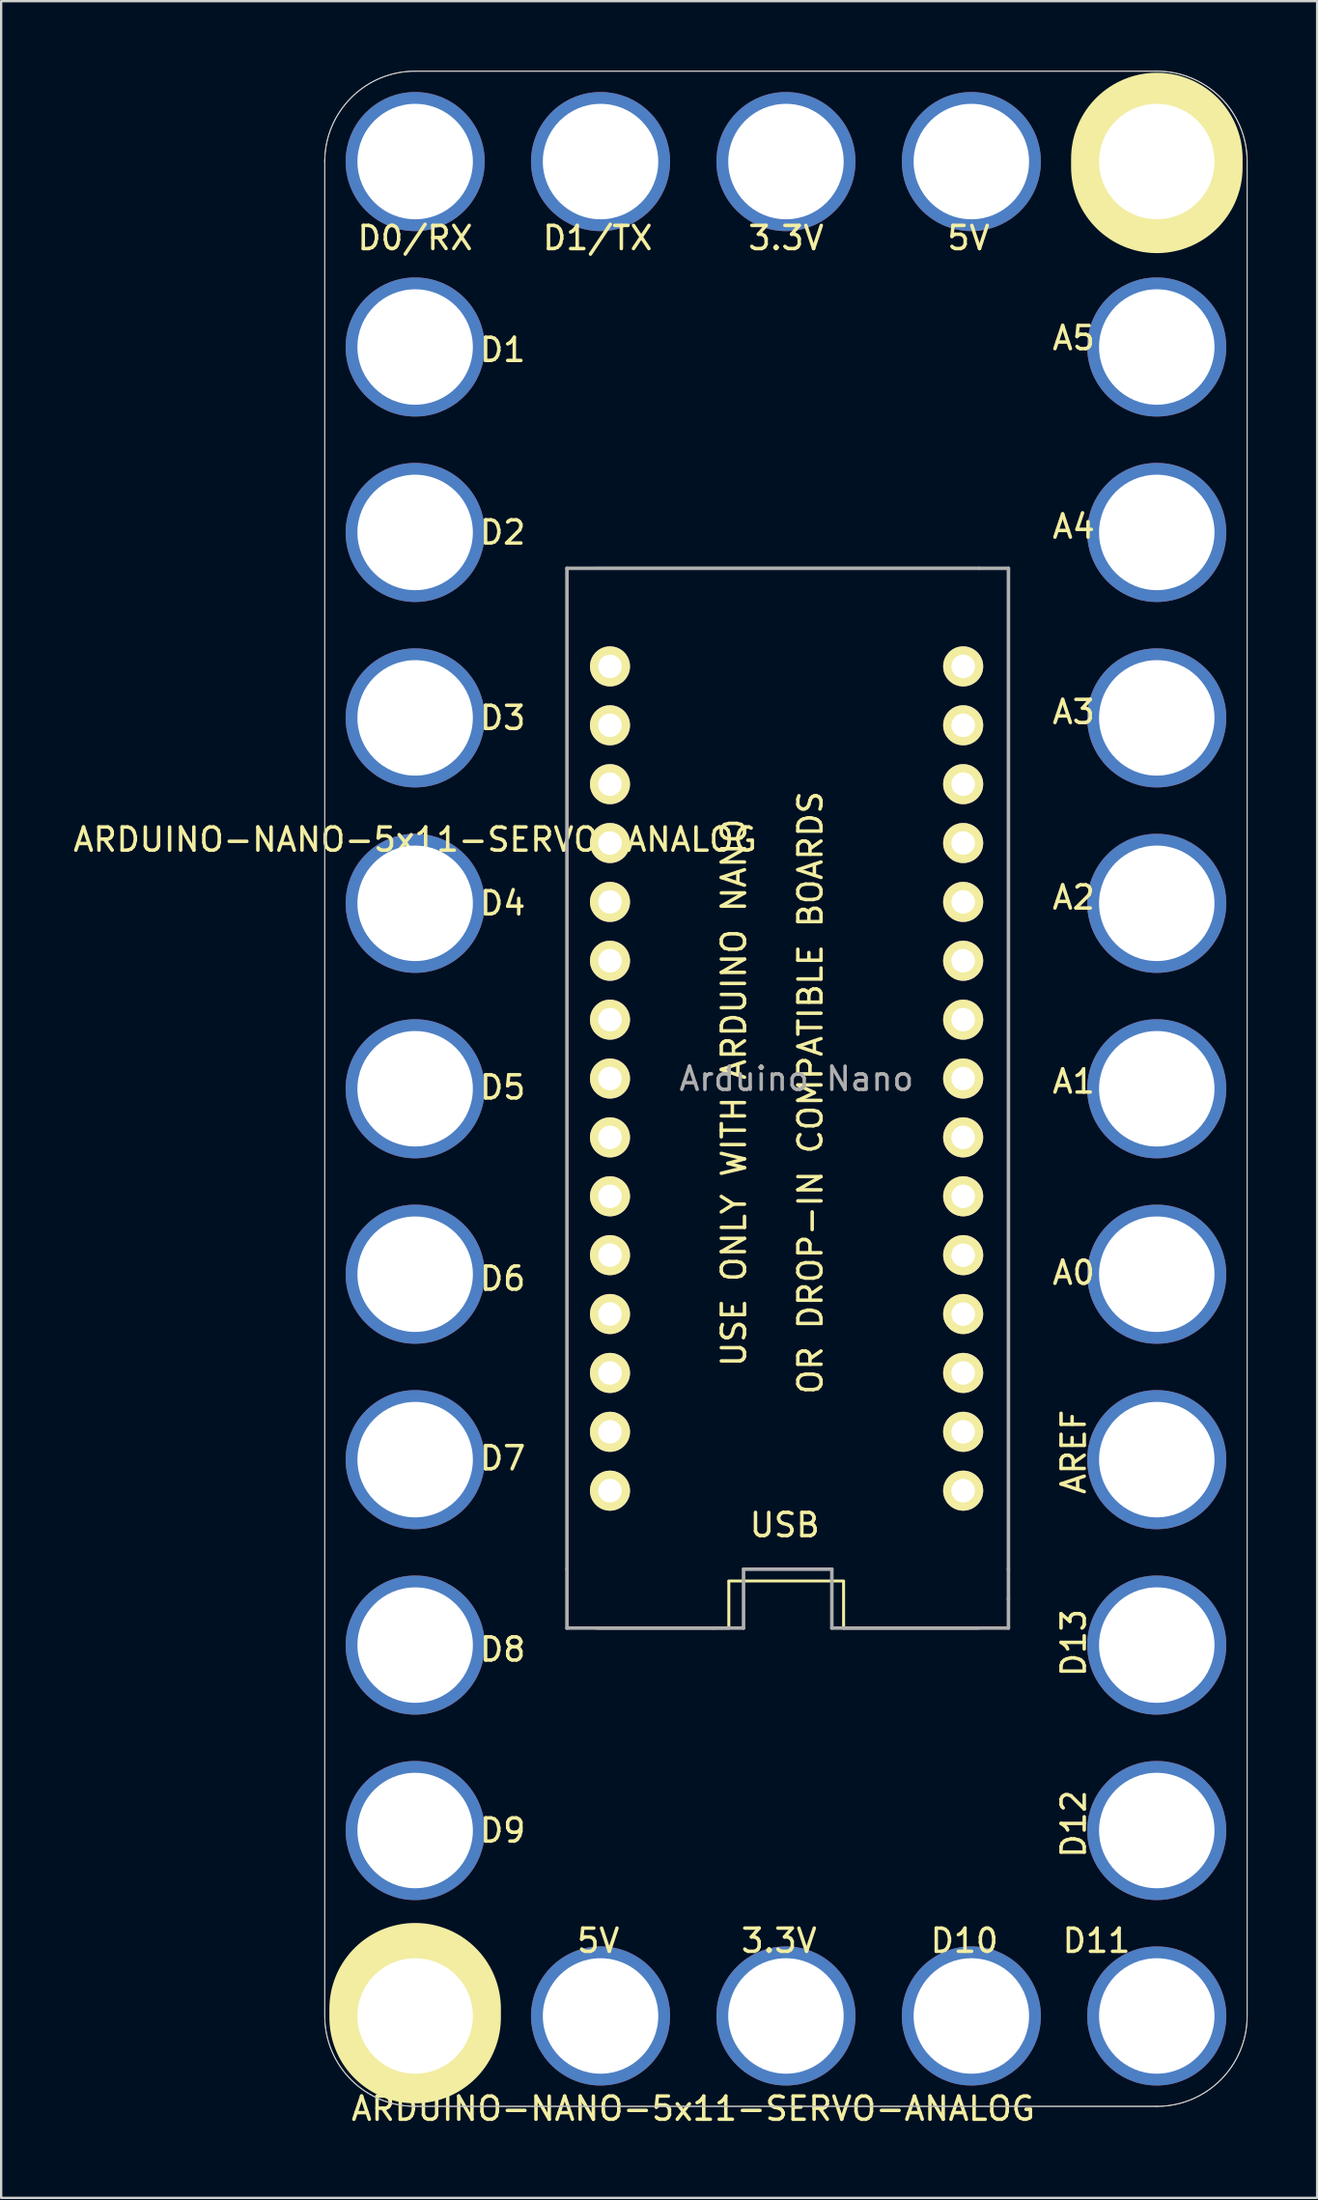
<source format=kicad_pcb>
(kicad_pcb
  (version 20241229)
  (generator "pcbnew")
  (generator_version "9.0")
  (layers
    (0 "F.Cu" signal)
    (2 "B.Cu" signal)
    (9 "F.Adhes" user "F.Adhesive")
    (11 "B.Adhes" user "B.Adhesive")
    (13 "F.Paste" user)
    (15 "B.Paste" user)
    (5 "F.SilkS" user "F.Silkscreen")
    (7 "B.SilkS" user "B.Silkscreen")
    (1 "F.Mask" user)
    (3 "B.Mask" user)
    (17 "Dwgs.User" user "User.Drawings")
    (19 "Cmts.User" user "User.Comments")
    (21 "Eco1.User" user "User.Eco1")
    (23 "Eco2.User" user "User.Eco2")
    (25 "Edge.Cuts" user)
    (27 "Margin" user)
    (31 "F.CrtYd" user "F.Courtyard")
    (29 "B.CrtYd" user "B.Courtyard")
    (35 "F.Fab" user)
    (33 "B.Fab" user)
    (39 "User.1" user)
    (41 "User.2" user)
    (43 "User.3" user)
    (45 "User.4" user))
  (footprint "ARDUINO-NANO-5x11-SERVO-ANALOG"
    (layer "F.Cu")
    (at 14.863 35.92)
    (property "Reference" "ARDUINO-NANO-5x11-SERVO-ANALOG" (at 12 52 0) (layer "F.SilkS") (effects (font (size 1 1) (thickness 0.15))))
    (attr through_hole)
    (fp_line (start 0 47.688) (end 0 48.069) (stroke (width 7.4) (type solid)) (layer "F.SilkS"))
    (fp_line (start 7.787 -14.454) (end 24.203 -14.454) (stroke (width 0.127) (type solid)) (layer "F.SilkS"))
    (fp_line (start 7.82 31.266) (end 13.535 31.266) (stroke (width 0.127) (type solid)) (layer "F.SilkS"))
    (fp_line (start 13.535 31.259) (end 13.535 29.259) (stroke (width 0.127) (type solid)) (layer "F.SilkS"))
    (fp_line (start 18.488 29.234) (end 13.535 29.234) (stroke (width 0.127) (type solid)) (layer "F.SilkS"))
    (fp_line (start 18.488 31.266) (end 18.487 29.259) (stroke (width 0.127) (type solid)) (layer "F.SilkS"))
    (fp_line (start 18.488 31.266) (end 24.33 31.266) (stroke (width 0.127) (type solid)) (layer "F.SilkS"))
    (fp_line (start 32.004 -32.131) (end 32.004 -31.75) (stroke (width 7.4) (type solid)) (layer "F.SilkS"))
    (fp_line (start -3.9 -32.1) (end -3.9 48) (stroke (width 0.041) (type solid)) (layer "Edge.Cuts"))
    (fp_line (start 0 51.9) (end 32 51.9) (stroke (width 0.041) (type solid)) (layer "Edge.Cuts"))
    (fp_line (start 32 -35.9) (end 0 -35.9) (stroke (width 0.041) (type solid)) (layer "Edge.Cuts"))
    (fp_line (start 35.9 48) (end 35.9 -32) (stroke (width 0.041) (type solid)) (layer "Edge.Cuts"))
    (fp_arc (start -3.9 -32) (mid -2.757716 -34.757716) (end 0 -35.9) (stroke (width 0.04064) (type solid)) (layer "Edge.Cuts"))
    (fp_arc (start 0 51.9) (mid -2.755309 50.760122) (end -3.899994 48.006807) (stroke (width 0.04064) (type solid)) (layer "Edge.Cuts"))
    (fp_arc (start 32 -35.9) (mid 34.755309 -34.760122) (end 35.899994 -32.006807) (stroke (width 0.04064) (type solid)) (layer "Edge.Cuts"))
    (fp_arc (start 35.9 48) (mid 34.757716 50.757716) (end 32 51.9) (stroke (width 0.04064) (type solid)) (layer "Edge.Cuts"))
    (fp_line (start -3.9 -32) (end -3.9 48) (stroke (width 0.041) (type solid)) (layer "F.Fab"))
    (fp_line (start 0 51.9) (end 32 51.9) (stroke (width 0.041) (type solid)) (layer "F.Fab"))
    (fp_line (start 6.55 -14.454) (end 6.55 28.726) (stroke (width 0.152) (type solid)) (layer "F.Fab"))
    (fp_line (start 6.55 31.266) (end 6.55 28.726) (stroke (width 0.152) (type solid)) (layer "F.Fab"))
    (fp_line (start 12.9 31.266) (end 6.55 31.266) (stroke (width 0.152) (type solid)) (layer "F.Fab"))
    (fp_line (start 12.9 31.266) (end 14.17 31.266) (stroke (width 0.152) (type solid)) (layer "F.Fab"))
    (fp_line (start 14.17 28.726) (end 14.17 31.266) (stroke (width 0.152) (type solid)) (layer "F.Fab"))
    (fp_line (start 17.98 28.726) (end 14.17 28.726) (stroke (width 0.152) (type solid)) (layer "F.Fab"))
    (fp_line (start 17.98 31.266) (end 17.98 28.726) (stroke (width 0.152) (type solid)) (layer "F.Fab"))
    (fp_line (start 24.33 -14.454) (end 6.55 -14.454) (stroke (width 0.152) (type solid)) (layer "F.Fab"))
    (fp_line (start 24.33 -14.454) (end 25.6 -14.454) (stroke (width 0.152) (type solid)) (layer "F.Fab"))
    (fp_line (start 25.6 28.726) (end 25.6 -14.454) (stroke (width 0.152) (type solid)) (layer "F.Fab"))
    (fp_line (start 25.6 28.726) (end 25.6 29.996) (stroke (width 0.152) (type solid)) (layer "F.Fab"))
    (fp_line (start 25.6 29.996) (end 25.6 31.266) (stroke (width 0.152) (type solid)) (layer "F.Fab"))
    (fp_line (start 25.6 31.266) (end 17.98 31.266) (stroke (width 0.152) (type solid)) (layer "F.Fab"))
    (fp_line (start 32 -35.9) (end 0 -35.9) (stroke (width 0.041) (type solid)) (layer "F.Fab"))
    (fp_line (start 35.9 48) (end 35.9 -32) (stroke (width 0.041) (type solid)) (layer "F.Fab"))
    (fp_arc (start -3.9 -32) (mid -2.757716 -34.757716) (end 0 -35.9) (stroke (width 0.04064) (type solid)) (layer "F.Fab"))
    (fp_arc (start 0 51.9) (mid -2.755309 50.760122) (end -3.899994 48.006807) (stroke (width 0.04064) (type solid)) (layer "F.Fab"))
    (fp_arc (start 32 -35.9) (mid 34.755309 -34.760122) (end 35.899994 -32.006807) (stroke (width 0.04064) (type solid)) (layer "F.Fab"))
    (fp_arc (start 35.9 48) (mid 34.757716 50.757716) (end 32 51.9) (stroke (width 0.04064) (type solid)) (layer "F.Fab"))
    (fp_text user "A5" (at 28.416 -24.384 180) (layer "F.SilkS") (effects (font (size 1 1) (thickness 0.15))))
    (fp_text user "A3" (at 28.416 -8.254 180) (layer "F.SilkS") (effects (font (size 1 1) (thickness 0.15))))
    (fp_text user "D3" (at 3.778 -8 0) (layer "F.SilkS") (effects (font (size 1 1) (thickness 0.15))))
    (fp_text user "5V" (at 23.876 -28.702 0) (layer "F.SilkS") (effects (font (size 1 1) (thickness 0.15))))
    (fp_text user "3.3V" (at 15.7 44.754 0) (layer "F.SilkS") (effects (font (size 1 1) (thickness 0.15))))
    (fp_text user "D5" (at 3.778 7.94 0) (layer "F.SilkS") (effects (font (size 1 1) (thickness 0.15))))
    (fp_text user "D1" (at 3.778 -23.876 180) (layer "F.SilkS") (effects (font (size 1 1) (thickness 0.15))))
    (fp_text user "D1/TX" (at 7.874 -28.702 0) (layer "F.SilkS") (effects (font (size 1 1) (thickness 0.15))))
    (fp_text user "D0/RX" (at 0 -28.702 0) (layer "F.SilkS") (effects (font (size 1 1) (thickness 0.15))))
    (fp_text user "D4" (at 3.778 0 0) (layer "F.SilkS") (effects (font (size 1 1) (thickness 0.15))))
    (fp_text user "D11" (at 29.4 44.754 0) (layer "F.SilkS") (effects (font (size 1 1) (thickness 0.15))))
    (fp_text user "OR DROP-IN COMPATIBLE BOARDS" (at 17.058 8.169 90) (layer "F.SilkS") (effects (font (size 1 1) (thickness 0.15))))
    (fp_text user "A0" (at 28.416 15.936 180) (layer "F.SilkS") (effects (font (size 1 1) (thickness 0.15))))
    (fp_text user "USB" (at 15.948 26.821 0) (layer "F.SilkS") (effects (font (size 1 1) (thickness 0.15))))
    (fp_text user "D9" (at 3.778 40 0) (layer "F.SilkS") (effects (font (size 1 1) (thickness 0.15))))
    (fp_text user "D8" (at 3.778 32.19 0) (layer "F.SilkS") (effects (font (size 1 1) (thickness 0.15))))
    (fp_text user "A2" (at 28.416 -0.254 180) (layer "F.SilkS") (effects (font (size 1 1) (thickness 0.15))))
    (fp_text user "D6" (at 3.778 16.19 0) (layer "F.SilkS") (effects (font (size 1 1) (thickness 0.15))))
    (fp_text user "USE ONLY WITH ARDUINO NANO" (at 13.756 8.169 90) (layer "F.SilkS") (effects (font (size 1 1) (thickness 0.15))))
    (fp_text user "D12" (at 28.416 39.716 90) (layer "F.SilkS") (effects (font (size 1 1) (thickness 0.15))))
    (fp_text user "AREF" (at 28.416 23.666 270) (layer "F.SilkS") (effects (font (size 1 1) (thickness 0.15))))
    (fp_text user "D13" (at 28.416 31.906 270) (layer "F.SilkS") (effects (font (size 1 1) (thickness 0.15))))
    (fp_text user "3.3V" (at 16.002 -28.702 0) (layer "F.SilkS") (effects (font (size 1 1) (thickness 0.15))))
    (fp_text user "${REFERENCE}" (at 0 -2.75 0) (layer "F.SilkS") (effects (font (size 1 1) (thickness 0.15))))
    (fp_text user "5V" (at 7.9 44.754 0) (layer "F.SilkS") (effects (font (size 1 1) (thickness 0.15))))
    (fp_text user "D2" (at 3.778 -16 0) (layer "F.SilkS") (effects (font (size 1 1) (thickness 0.15))))
    (fp_text user "D10" (at 23.7 44.754 0) (layer "F.SilkS") (effects (font (size 1 1) (thickness 0.15))))
    (fp_text user "D7" (at 3.778 23.94 0) (layer "F.SilkS") (effects (font (size 1 1) (thickness 0.15))))
    (fp_text user "A1" (at 28.416 7.686 0) (layer "F.SilkS") (effects (font (size 1 1) (thickness 0.15))))
    (fp_text user "A4" (at 28.416 -16.254 0) (layer "F.SilkS") (effects (font (size 1 1) (thickness 0.15))))
    (fp_text user "Arduino Nano" (at 16.456 7.569 0) (layer "F.Fab") (effects (font (size 1 1) (thickness 0.15))))
    (pad "3V" thru_hole circle (at 16 -32 90) (size 6 6) (drill 4.98) (layers "*.Cu" "B.Mask"))
    (pad "3V" thru_hole circle (at 16 48 90) (size 6 6) (drill 4.98) (layers "*.Cu" "B.Mask"))
    (pad "3V" thru_hole circle (at 23.647 22.799 180) (size 1.727 1.727) (drill 1.016) (layers "*.Cu" "*.Mask" "F.SilkS"))
    (pad "5V" thru_hole circle (at 8 48 90) (size 6 6) (drill 4.98) (layers "*.Cu" "B.Mask"))
    (pad "5V" thru_hole circle (at 23.647 -2.602 180) (size 1.727 1.727) (drill 1.016) (layers "*.Cu" "*.Mask" "F.SilkS"))
    (pad "5V" thru_hole circle (at 24 -32 90) (size 6 6) (drill 4.98) (layers "*.Cu" "B.Mask"))
    (pad "A0" thru_hole circle (at 23.647 17.718 180) (size 1.727 1.727) (drill 1.016) (layers "*.Cu" "*.Mask" "F.SilkS"))
    (pad "A0" thru_hole circle (at 32 16 90) (size 6 6) (drill 4.98) (layers "*.Cu" "B.Mask"))
    (pad "A1" thru_hole circle (at 23.647 15.178 180) (size 1.727 1.727) (drill 1.016) (layers "*.Cu" "*.Mask" "F.SilkS"))
    (pad "A1" thru_hole circle (at 32 8 90) (size 6 6) (drill 4.98) (layers "*.Cu" "B.Mask"))
    (pad "A2" thru_hole circle (at 23.647 12.639 180) (size 1.727 1.727) (drill 1.016) (layers "*.Cu" "*.Mask" "F.SilkS"))
    (pad "A2" thru_hole circle (at 32 0 90) (size 6 6) (drill 4.98) (layers "*.Cu" "B.Mask"))
    (pad "A3" thru_hole circle (at 23.647 10.098 180) (size 1.727 1.727) (drill 1.016) (layers "*.Cu" "*.Mask" "F.SilkS"))
    (pad "A3" thru_hole circle (at 32 -8 90) (size 6 6) (drill 4.98) (layers "*.Cu" "B.Mask"))
    (pad "A4" thru_hole circle (at 23.647 7.559 180) (size 1.727 1.727) (drill 1.016) (layers "*.Cu" "*.Mask" "F.SilkS"))
    (pad "A4" thru_hole circle (at 32 -16 90) (size 6 6) (drill 4.98) (layers "*.Cu" "B.Mask"))
    (pad "A5" thru_hole circle (at 23.647 5.019 180) (size 1.727 1.727) (drill 1.016) (layers "*.Cu" "*.Mask" "F.SilkS"))
    (pad "A5" thru_hole circle (at 32 -24 90) (size 6 6) (drill 4.98) (layers "*.Cu" "B.Mask"))
    (pad "A6" thru_hole circle (at 23.647 2.478 180) (size 1.727 1.727) (drill 1.016) (layers "*.Cu" "*.Mask" "F.SilkS"))
    (pad "A7" thru_hole circle (at 23.647 -0.061 180) (size 1.727 1.727) (drill 1.016) (layers "*.Cu" "*.Mask" "F.SilkS"))
    (pad "D2" thru_hole circle (at 0 -16 90) (size 6 6) (drill 4.98) (layers "*.Cu" "B.Mask"))
    (pad "D2" thru_hole circle (at 8.407 -0.061 180) (size 1.727 1.727) (drill 1.016) (layers "*.Cu" "*.Mask" "F.SilkS"))
    (pad "D3" thru_hole circle (at 0 -8 90) (size 6 6) (drill 4.98) (layers "*.Cu" "B.Mask"))
    (pad "D3" thru_hole circle (at 8.407 2.478 180) (size 1.727 1.727) (drill 1.016) (layers "*.Cu" "*.Mask" "F.SilkS"))
    (pad "D4" thru_hole circle (at 0.001 0 90) (size 6 6) (drill 4.98) (layers "*.Cu" "B.Mask"))
    (pad "D4" thru_hole circle (at 8.407 5.019 180) (size 1.727 1.727) (drill 1.016) (layers "*.Cu" "*.Mask" "F.SilkS"))
    (pad "D5" thru_hole circle (at 0 8 90) (size 6 6) (drill 4.98) (layers "*.Cu" "B.Mask"))
    (pad "D5" thru_hole circle (at 8.407 7.559 180) (size 1.727 1.727) (drill 1.016) (layers "*.Cu" "*.Mask" "F.SilkS"))
    (pad "D6" thru_hole circle (at 0.001 16 90) (size 6 6) (drill 4.98) (layers "*.Cu" "B.Mask"))
    (pad "D6" thru_hole circle (at 8.407 10.098 180) (size 1.727 1.727) (drill 1.016) (layers "*.Cu" "*.Mask" "F.SilkS"))
    (pad "D7" thru_hole circle (at 0.001 24 90) (size 6 6) (drill 4.98) (layers "*.Cu" "B.Mask"))
    (pad "D7" thru_hole circle (at 8.407 12.639 180) (size 1.727 1.727) (drill 1.016) (layers "*.Cu" "*.Mask" "F.SilkS"))
    (pad "D8" thru_hole circle (at 0.001 32 90) (size 6 6) (drill 4.98) (layers "*.Cu" "B.Mask"))
    (pad "D8" thru_hole circle (at 8.407 15.178 180) (size 1.727 1.727) (drill 1.016) (layers "*.Cu" "*.Mask" "F.SilkS"))
    (pad "D9" thru_hole circle (at 0.001 40 90) (size 6 6) (drill 4.98) (layers "*.Cu" "B.Mask"))
    (pad "D9" thru_hole circle (at 8.407 17.718 180) (size 1.727 1.727) (drill 1.016) (layers "*.Cu" "*.Mask" "F.SilkS"))
    (pad "D10" thru_hole circle (at 8.407 20.259 180) (size 1.727 1.727) (drill 1.016) (layers "*.Cu" "*.Mask" "F.SilkS"))
    (pad "D10" thru_hole circle (at 24 48 90) (size 6 6) (drill 4.98) (layers "*.Cu" "B.Mask"))
    (pad "D11" thru_hole circle (at 8.407 22.799 180) (size 1.727 1.727) (drill 1.016) (layers "*.Cu" "*.Mask" "F.SilkS"))
    (pad "D11" thru_hole circle (at 32 48 90) (size 6 6) (drill 4.98) (layers "*.Cu" "B.Mask"))
    (pad "D12" thru_hole circle (at 8.407 25.338 180) (size 1.727 1.727) (drill 1.016) (layers "*.Cu" "*.Mask" "F.SilkS"))
    (pad "D12" thru_hole circle (at 32 40 90) (size 6 6) (drill 4.98) (layers "*.Cu" "B.Mask"))
    (pad "D13" thru_hole circle (at 23.647 25.338 180) (size 1.727 1.727) (drill 1.016) (layers "*.Cu" "*.Mask" "F.SilkS"))
    (pad "D13" thru_hole circle (at 32 32 90) (size 6 6) (drill 4.98) (layers "*.Cu" "B.Mask"))
    (pad "GND" thru_hole circle (at 0.001 48 90) (size 6 6) (drill 4.98) (layers "*.Cu" "B.Mask"))
    (pad "GND" thru_hole circle (at 8.407 -2.602 180) (size 1.727 1.727) (drill 1.016) (layers "*.Cu" "*.Mask" "F.SilkS"))
    (pad "GND" thru_hole circle (at 23.647 -7.681 180) (size 1.727 1.727) (drill 1.016) (layers "*.Cu" "*.Mask" "F.SilkS"))
    (pad "GND" thru_hole circle (at 32 -32 90) (size 6 6) (drill 4.98) (layers "*.Cu" "B.Mask"))
    (pad "REF" thru_hole circle (at 23.647 20.259 180) (size 1.727 1.727) (drill 1.016) (layers "*.Cu" "*.Mask" "F.SilkS"))
    (pad "REF" thru_hole circle (at 32 24 90) (size 6 6) (drill 4.98) (layers "*.Cu" "B.Mask"))
    (pad "RST" thru_hole circle (at 8 -32 90) (size 6 6) (drill 4.98) (layers "*.Cu" "B.Mask"))
    (pad "RST" thru_hole circle (at 8.407 -5.141 180) (size 1.727 1.727) (drill 1.016) (layers "*.Cu" "*.Mask" "F.SilkS"))
    (pad "RST" thru_hole circle (at 23.647 -5.141 180) (size 1.727 1.727) (drill 1.016) (layers "*.Cu" "*.Mask" "F.SilkS"))
    (pad "RX0" thru_hole circle (at 0.001 -32 90) (size 6 6) (drill 4.98) (layers "*.Cu" "B.Mask"))
    (pad "RX0" thru_hole circle (at 8.407 -7.681 180) (size 1.727 1.727) (drill 1.016) (layers "*.Cu" "*.Mask" "F.SilkS"))
    (pad "TX1" thru_hole circle (at 0 -24 90) (size 6 6) (drill 4.98) (layers "*.Cu" "B.Mask"))
    (pad "TX1" thru_hole circle (at 8.407 -10.222 180) (size 1.727 1.727) (drill 1.016) (layers "*.Cu" "*.Mask" "F.SilkS"))
    (pad "VIN" thru_hole circle (at 23.647 -10.222 180) (size 1.727 1.727) (drill 1.016) (layers "*.Cu" "*.Mask" "F.SilkS")))
  (gr_rect
    (start -3 -3)
    (end 53.783 91.769)
    (stroke (width 0.1) (type default))
    (fill no)
    (layer "Edge.Cuts")))
</source>
